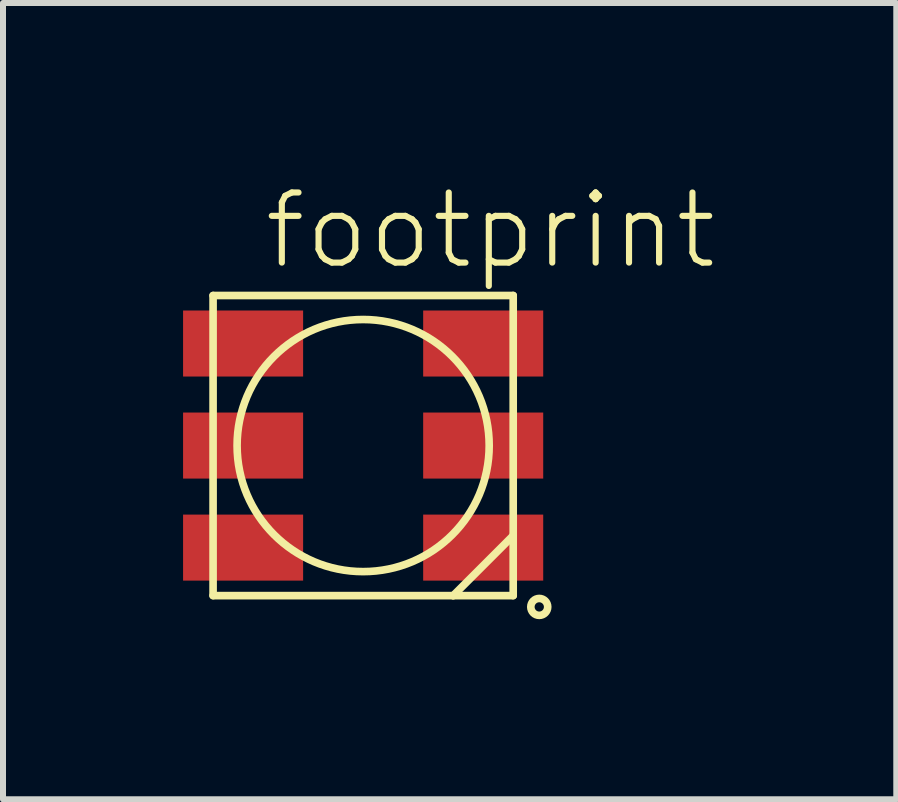
<source format=kicad_pcb>
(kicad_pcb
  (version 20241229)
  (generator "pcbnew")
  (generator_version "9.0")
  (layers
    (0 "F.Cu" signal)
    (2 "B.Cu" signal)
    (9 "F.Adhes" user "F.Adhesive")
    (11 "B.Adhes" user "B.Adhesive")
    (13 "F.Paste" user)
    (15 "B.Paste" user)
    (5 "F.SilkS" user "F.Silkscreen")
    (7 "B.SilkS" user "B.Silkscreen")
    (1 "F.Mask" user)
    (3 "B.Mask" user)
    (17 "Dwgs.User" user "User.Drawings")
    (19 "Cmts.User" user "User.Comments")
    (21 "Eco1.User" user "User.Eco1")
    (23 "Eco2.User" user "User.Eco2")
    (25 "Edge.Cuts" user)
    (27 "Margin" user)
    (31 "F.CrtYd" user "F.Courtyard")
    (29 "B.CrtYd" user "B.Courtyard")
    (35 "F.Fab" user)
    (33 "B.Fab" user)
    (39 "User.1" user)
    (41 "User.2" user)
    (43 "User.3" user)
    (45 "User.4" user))
  (footprint "footprint"
    (layer "F.Cu")
    (at 3 4.373)
    (property "Reference" "footprint" (at -1.7 -2.9 0) (layer "F.SilkS") (effects (font (size 1.168 1.168) (thickness 0.102)) (justify left bottom)))
    (fp_line (start -2.5 -2.5) (end 2.5 -2.5) (stroke (width 0.127) (type solid)) (layer "F.SilkS"))
    (fp_line (start -2.5 2.5) (end -2.5 -2.5) (stroke (width 0.127) (type solid)) (layer "F.SilkS"))
    (fp_line (start 1.5 2.5) (end -2.5 2.5) (stroke (width 0.127) (type solid)) (layer "F.SilkS"))
    (fp_line (start 1.5 2.5) (end 2.5 1.5) (stroke (width 0.127) (type solid)) (layer "F.SilkS"))
    (fp_line (start 2.5 -2.5) (end 2.5 1.5) (stroke (width 0.127) (type solid)) (layer "F.SilkS"))
    (fp_line (start 2.5 1.5) (end 2.5 2.5) (stroke (width 0.127) (type solid)) (layer "F.SilkS"))
    (fp_line (start 2.5 2.5) (end 1.5 2.5) (stroke (width 0.127) (type solid)) (layer "F.SilkS"))
    (fp_circle (center 0 0) (end 2.1 0) (stroke (width 0.127) (type solid)) (fill no) (layer "F.SilkS"))
    (fp_circle (center 2.934 2.688) (end 3.075 2.688) (stroke (width 0.127) (type solid)) (fill no) (layer "F.SilkS"))
    (pad "1" smd rect (at -2 -1.7) (size 2 1.1) (layers "F.Cu" "F.Mask" "F.Paste"))
    (pad "2" smd rect (at -2 0) (size 2 1.1) (layers "F.Cu" "F.Mask" "F.Paste"))
    (pad "3" smd rect (at -2 1.7) (size 2 1.1) (layers "F.Cu" "F.Mask" "F.Paste"))
    (pad "4" smd rect (at 2 1.7) (size 2 1.1) (layers "F.Cu" "F.Mask" "F.Paste"))
    (pad "5" smd rect (at 2 0) (size 2 1.1) (layers "F.Cu" "F.Mask" "F.Paste"))
    (pad "6" smd rect (at 2 -1.7) (size 2 1.1) (layers "F.Cu" "F.Mask" "F.Paste")))
  (gr_rect
    (start -3 -3)
    (end 11.882 10.266)
    (stroke (width 0.1) (type default))
    (fill no)
    (layer "Edge.Cuts")))
</source>
